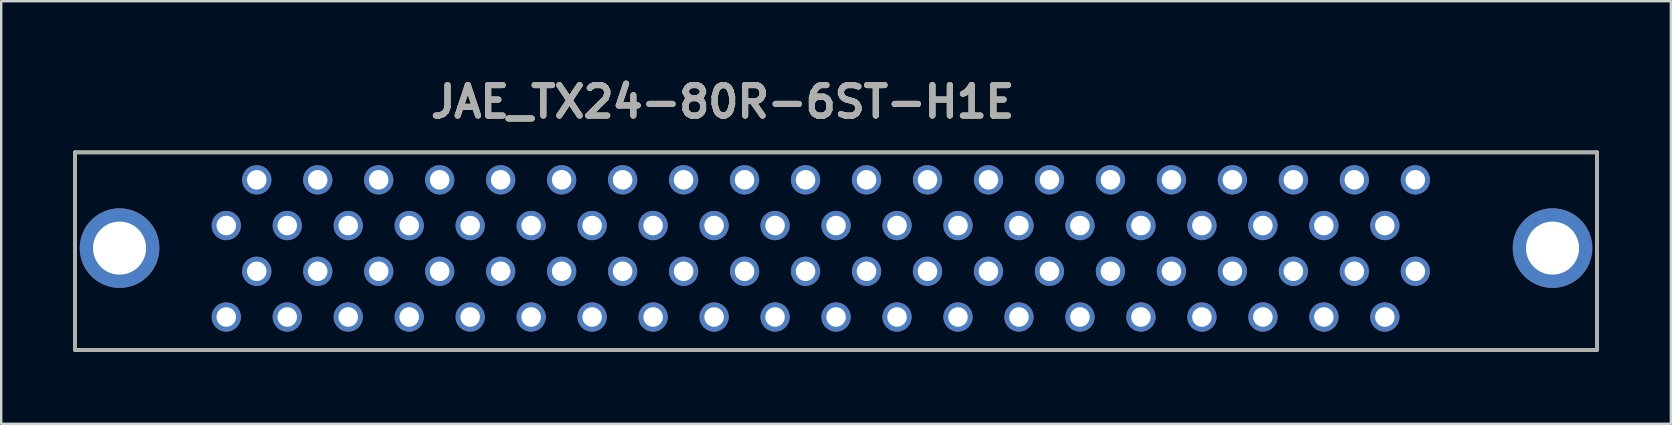
<source format=kicad_pcb>
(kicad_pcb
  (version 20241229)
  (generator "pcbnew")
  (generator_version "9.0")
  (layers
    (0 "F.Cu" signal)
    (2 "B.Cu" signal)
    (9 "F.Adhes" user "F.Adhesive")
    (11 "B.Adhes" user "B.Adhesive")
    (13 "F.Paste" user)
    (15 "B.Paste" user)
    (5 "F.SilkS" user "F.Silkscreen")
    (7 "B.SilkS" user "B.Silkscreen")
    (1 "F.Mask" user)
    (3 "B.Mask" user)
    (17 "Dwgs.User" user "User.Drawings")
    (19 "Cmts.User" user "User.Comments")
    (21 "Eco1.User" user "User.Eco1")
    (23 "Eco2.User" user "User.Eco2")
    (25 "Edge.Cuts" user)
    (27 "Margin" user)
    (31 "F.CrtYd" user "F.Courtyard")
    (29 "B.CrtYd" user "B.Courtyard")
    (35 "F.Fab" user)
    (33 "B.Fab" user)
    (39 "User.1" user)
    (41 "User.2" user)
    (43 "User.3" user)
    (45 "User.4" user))
  (footprint "JAE_TX24-80R-6ST-H1E"
    (layer "F.Cu")
    (at 31.775 3.297)
    (property "Reference" "JAE_TX24-80R-6ST-H1E" (at -4.724 -2.108 0) (layer "F.SilkS") (effects (font (size 1.27 1.27) (thickness 0.254))))
    (attr through_hole)
    (fp_line (start -31.699 0) (end -31.699 8.23) (stroke (width 0.152) (type solid)) (layer "F.SilkS"))
    (fp_line (start -31.699 8.23) (end 31.699 8.23) (stroke (width 0.152) (type solid)) (layer "F.SilkS"))
    (fp_line (start 31.699 0) (end -31.699 0) (stroke (width 0.152) (type solid)) (layer "F.SilkS"))
    (fp_line (start 31.699 8.23) (end 31.699 0) (stroke (width 0.152) (type solid)) (layer "F.SilkS"))
    (fp_line (start -31.699 0) (end -31.699 8.23) (stroke (width 0.152) (type solid)) (layer "F.Fab"))
    (fp_line (start -31.699 8.23) (end 31.699 8.23) (stroke (width 0.152) (type solid)) (layer "F.Fab"))
    (fp_line (start 31.699 0) (end -31.699 0) (stroke (width 0.152) (type solid)) (layer "F.Fab"))
    (fp_line (start 31.699 8.23) (end 31.699 0) (stroke (width 0.152) (type solid)) (layer "F.Fab"))
    (fp_text user "${REFERENCE}" (at -4.724 -2.108 0) (layer "F.Fab") (effects (font (size 1.27 1.27) (thickness 0.254))))
    (pad "1" thru_hole circle (at 24.13 1.143) (size 1.219 1.219) (drill 0.813) (layers "*.Cu" "*.Mask"))
    (pad "2" thru_hole circle (at 22.86 3.048) (size 1.219 1.219) (drill 0.813) (layers "*.Cu" "*.Mask"))
    (pad "3" thru_hole circle (at 21.59 1.143) (size 1.219 1.219) (drill 0.813) (layers "*.Cu" "*.Mask"))
    (pad "4" thru_hole circle (at 20.32 3.048) (size 1.219 1.219) (drill 0.813) (layers "*.Cu" "*.Mask"))
    (pad "5" thru_hole circle (at 19.05 1.143) (size 1.219 1.219) (drill 0.813) (layers "*.Cu" "*.Mask"))
    (pad "6" thru_hole circle (at 17.78 3.048) (size 1.219 1.219) (drill 0.813) (layers "*.Cu" "*.Mask"))
    (pad "7" thru_hole circle (at 16.51 1.143) (size 1.219 1.219) (drill 0.813) (layers "*.Cu" "*.Mask"))
    (pad "8" thru_hole circle (at 15.24 3.048) (size 1.219 1.219) (drill 0.813) (layers "*.Cu" "*.Mask"))
    (pad "9" thru_hole circle (at 13.97 1.143) (size 1.219 1.219) (drill 0.813) (layers "*.Cu" "*.Mask"))
    (pad "10" thru_hole circle (at 12.7 3.048) (size 1.219 1.219) (drill 0.813) (layers "*.Cu" "*.Mask"))
    (pad "11" thru_hole circle (at 11.43 1.143) (size 1.219 1.219) (drill 0.813) (layers "*.Cu" "*.Mask"))
    (pad "12" thru_hole circle (at 10.16 3.048) (size 1.219 1.219) (drill 0.813) (layers "*.Cu" "*.Mask"))
    (pad "13" thru_hole circle (at 8.89 1.143) (size 1.219 1.219) (drill 0.813) (layers "*.Cu" "*.Mask"))
    (pad "14" thru_hole circle (at 7.62 3.048) (size 1.219 1.219) (drill 0.813) (layers "*.Cu" "*.Mask"))
    (pad "15" thru_hole circle (at 6.35 1.143) (size 1.219 1.219) (drill 0.813) (layers "*.Cu" "*.Mask"))
    (pad "16" thru_hole circle (at 5.08 3.048) (size 1.219 1.219) (drill 0.813) (layers "*.Cu" "*.Mask"))
    (pad "17" thru_hole circle (at 3.81 1.143) (size 1.219 1.219) (drill 0.813) (layers "*.Cu" "*.Mask"))
    (pad "18" thru_hole circle (at 2.54 3.048) (size 1.219 1.219) (drill 0.813) (layers "*.Cu" "*.Mask"))
    (pad "19" thru_hole circle (at 1.27 1.143) (size 1.219 1.219) (drill 0.813) (layers "*.Cu" "*.Mask"))
    (pad "20" thru_hole circle (at 0 3.048) (size 1.219 1.219) (drill 0.813) (layers "*.Cu" "*.Mask"))
    (pad "21" thru_hole circle (at -1.27 1.143) (size 1.219 1.219) (drill 0.813) (layers "*.Cu" "*.Mask"))
    (pad "22" thru_hole circle (at -2.54 3.048) (size 1.219 1.219) (drill 0.813) (layers "*.Cu" "*.Mask"))
    (pad "23" thru_hole circle (at -3.81 1.143) (size 1.219 1.219) (drill 0.813) (layers "*.Cu" "*.Mask"))
    (pad "24" thru_hole circle (at -5.08 3.048) (size 1.219 1.219) (drill 0.813) (layers "*.Cu" "*.Mask"))
    (pad "25" thru_hole circle (at -6.35 1.143) (size 1.219 1.219) (drill 0.813) (layers "*.Cu" "*.Mask"))
    (pad "26" thru_hole circle (at -7.62 3.048) (size 1.219 1.219) (drill 0.813) (layers "*.Cu" "*.Mask"))
    (pad "27" thru_hole circle (at -8.89 1.143) (size 1.219 1.219) (drill 0.813) (layers "*.Cu" "*.Mask"))
    (pad "28" thru_hole circle (at -10.16 3.048) (size 1.219 1.219) (drill 0.813) (layers "*.Cu" "*.Mask"))
    (pad "29" thru_hole circle (at -11.43 1.143) (size 1.219 1.219) (drill 0.813) (layers "*.Cu" "*.Mask"))
    (pad "30" thru_hole circle (at -12.7 3.048) (size 1.219 1.219) (drill 0.813) (layers "*.Cu" "*.Mask"))
    (pad "31" thru_hole circle (at -13.97 1.143) (size 1.219 1.219) (drill 0.813) (layers "*.Cu" "*.Mask"))
    (pad "32" thru_hole circle (at -15.24 3.048) (size 1.219 1.219) (drill 0.813) (layers "*.Cu" "*.Mask"))
    (pad "33" thru_hole circle (at -16.51 1.143) (size 1.219 1.219) (drill 0.813) (layers "*.Cu" "*.Mask"))
    (pad "34" thru_hole circle (at -17.78 3.048) (size 1.219 1.219) (drill 0.813) (layers "*.Cu" "*.Mask"))
    (pad "35" thru_hole circle (at -19.05 1.143) (size 1.219 1.219) (drill 0.813) (layers "*.Cu" "*.Mask"))
    (pad "36" thru_hole circle (at -20.32 3.048) (size 1.219 1.219) (drill 0.813) (layers "*.Cu" "*.Mask"))
    (pad "37" thru_hole circle (at -21.59 1.143) (size 1.219 1.219) (drill 0.813) (layers "*.Cu" "*.Mask"))
    (pad "38" thru_hole circle (at -22.86 3.048) (size 1.219 1.219) (drill 0.813) (layers "*.Cu" "*.Mask"))
    (pad "39" thru_hole circle (at -24.13 1.143) (size 1.219 1.219) (drill 0.813) (layers "*.Cu" "*.Mask"))
    (pad "40" thru_hole circle (at -25.4 3.048) (size 1.219 1.219) (drill 0.813) (layers "*.Cu" "*.Mask"))
    (pad "41" thru_hole circle (at 24.13 4.953) (size 1.219 1.219) (drill 0.813) (layers "*.Cu" "*.Mask"))
    (pad "42" thru_hole circle (at 22.86 6.858) (size 1.219 1.219) (drill 0.813) (layers "*.Cu" "*.Mask"))
    (pad "43" thru_hole circle (at 21.59 4.953) (size 1.219 1.219) (drill 0.813) (layers "*.Cu" "*.Mask"))
    (pad "44" thru_hole circle (at 20.32 6.858) (size 1.219 1.219) (drill 0.813) (layers "*.Cu" "*.Mask"))
    (pad "45" thru_hole circle (at 19.05 4.953) (size 1.219 1.219) (drill 0.813) (layers "*.Cu" "*.Mask"))
    (pad "46" thru_hole circle (at 17.78 6.858) (size 1.219 1.219) (drill 0.813) (layers "*.Cu" "*.Mask"))
    (pad "47" thru_hole circle (at 16.51 4.953) (size 1.219 1.219) (drill 0.813) (layers "*.Cu" "*.Mask"))
    (pad "48" thru_hole circle (at 15.24 6.858) (size 1.219 1.219) (drill 0.813) (layers "*.Cu" "*.Mask"))
    (pad "49" thru_hole circle (at 13.97 4.953) (size 1.219 1.219) (drill 0.813) (layers "*.Cu" "*.Mask"))
    (pad "50" thru_hole circle (at 12.7 6.858) (size 1.219 1.219) (drill 0.813) (layers "*.Cu" "*.Mask"))
    (pad "51" thru_hole circle (at 11.43 4.953) (size 1.219 1.219) (drill 0.813) (layers "*.Cu" "*.Mask"))
    (pad "52" thru_hole circle (at 10.16 6.858) (size 1.219 1.219) (drill 0.813) (layers "*.Cu" "*.Mask"))
    (pad "53" thru_hole circle (at 8.89 4.953) (size 1.219 1.219) (drill 0.813) (layers "*.Cu" "*.Mask"))
    (pad "54" thru_hole circle (at 7.62 6.858) (size 1.219 1.219) (drill 0.813) (layers "*.Cu" "*.Mask"))
    (pad "55" thru_hole circle (at 6.35 4.953) (size 1.219 1.219) (drill 0.813) (layers "*.Cu" "*.Mask"))
    (pad "56" thru_hole circle (at 5.08 6.858) (size 1.219 1.219) (drill 0.813) (layers "*.Cu" "*.Mask"))
    (pad "57" thru_hole circle (at 3.81 4.953) (size 1.219 1.219) (drill 0.813) (layers "*.Cu" "*.Mask"))
    (pad "58" thru_hole circle (at 2.54 6.858) (size 1.219 1.219) (drill 0.813) (layers "*.Cu" "*.Mask"))
    (pad "59" thru_hole circle (at 1.27 4.953) (size 1.219 1.219) (drill 0.813) (layers "*.Cu" "*.Mask"))
    (pad "60" thru_hole circle (at 0 6.858) (size 1.219 1.219) (drill 0.813) (layers "*.Cu" "*.Mask"))
    (pad "61" thru_hole circle (at -1.27 4.953) (size 1.219 1.219) (drill 0.813) (layers "*.Cu" "*.Mask"))
    (pad "62" thru_hole circle (at -2.54 6.858) (size 1.219 1.219) (drill 0.813) (layers "*.Cu" "*.Mask"))
    (pad "63" thru_hole circle (at -3.81 4.953) (size 1.219 1.219) (drill 0.813) (layers "*.Cu" "*.Mask"))
    (pad "64" thru_hole circle (at -5.08 6.858) (size 1.219 1.219) (drill 0.813) (layers "*.Cu" "*.Mask"))
    (pad "65" thru_hole circle (at -6.35 4.953) (size 1.219 1.219) (drill 0.813) (layers "*.Cu" "*.Mask"))
    (pad "66" thru_hole circle (at -7.62 6.858) (size 1.219 1.219) (drill 0.813) (layers "*.Cu" "*.Mask"))
    (pad "67" thru_hole circle (at -8.89 4.953) (size 1.219 1.219) (drill 0.813) (layers "*.Cu" "*.Mask"))
    (pad "68" thru_hole circle (at -10.16 6.858) (size 1.219 1.219) (drill 0.813) (layers "*.Cu" "*.Mask"))
    (pad "69" thru_hole circle (at -11.43 4.953) (size 1.219 1.219) (drill 0.813) (layers "*.Cu" "*.Mask"))
    (pad "70" thru_hole circle (at -12.7 6.858) (size 1.219 1.219) (drill 0.813) (layers "*.Cu" "*.Mask"))
    (pad "71" thru_hole circle (at -13.97 4.953) (size 1.219 1.219) (drill 0.813) (layers "*.Cu" "*.Mask"))
    (pad "72" thru_hole circle (at -15.24 6.858) (size 1.219 1.219) (drill 0.813) (layers "*.Cu" "*.Mask"))
    (pad "73" thru_hole circle (at -16.51 4.953) (size 1.219 1.219) (drill 0.813) (layers "*.Cu" "*.Mask"))
    (pad "74" thru_hole circle (at -17.78 6.858) (size 1.219 1.219) (drill 0.813) (layers "*.Cu" "*.Mask"))
    (pad "75" thru_hole circle (at -19.05 4.953) (size 1.219 1.219) (drill 0.813) (layers "*.Cu" "*.Mask"))
    (pad "76" thru_hole circle (at -20.32 6.858) (size 1.219 1.219) (drill 0.813) (layers "*.Cu" "*.Mask"))
    (pad "77" thru_hole circle (at -21.59 4.953) (size 1.219 1.219) (drill 0.813) (layers "*.Cu" "*.Mask"))
    (pad "78" thru_hole circle (at -22.86 6.858) (size 1.219 1.219) (drill 0.813) (layers "*.Cu" "*.Mask"))
    (pad "79" thru_hole circle (at -24.13 4.953) (size 1.219 1.219) (drill 0.813) (layers "*.Cu" "*.Mask"))
    (pad "80" thru_hole circle (at -25.4 6.858) (size 1.219 1.219) (drill 0.813) (layers "*.Cu" "*.Mask"))
    (pad "81" thru_hole circle (at -29.845 3.988) (size 3.315 3.315) (drill 2.21) (layers "*.Cu" "*.Mask"))
    (pad "82" thru_hole circle (at 29.845 3.988) (size 3.315 3.315) (drill 2.21) (layers "*.Cu" "*.Mask")))
  (gr_rect
    (start -3 -3)
    (end 66.551 14.603)
    (stroke (width 0.1) (type default))
    (fill no)
    (layer "Edge.Cuts")))
</source>
